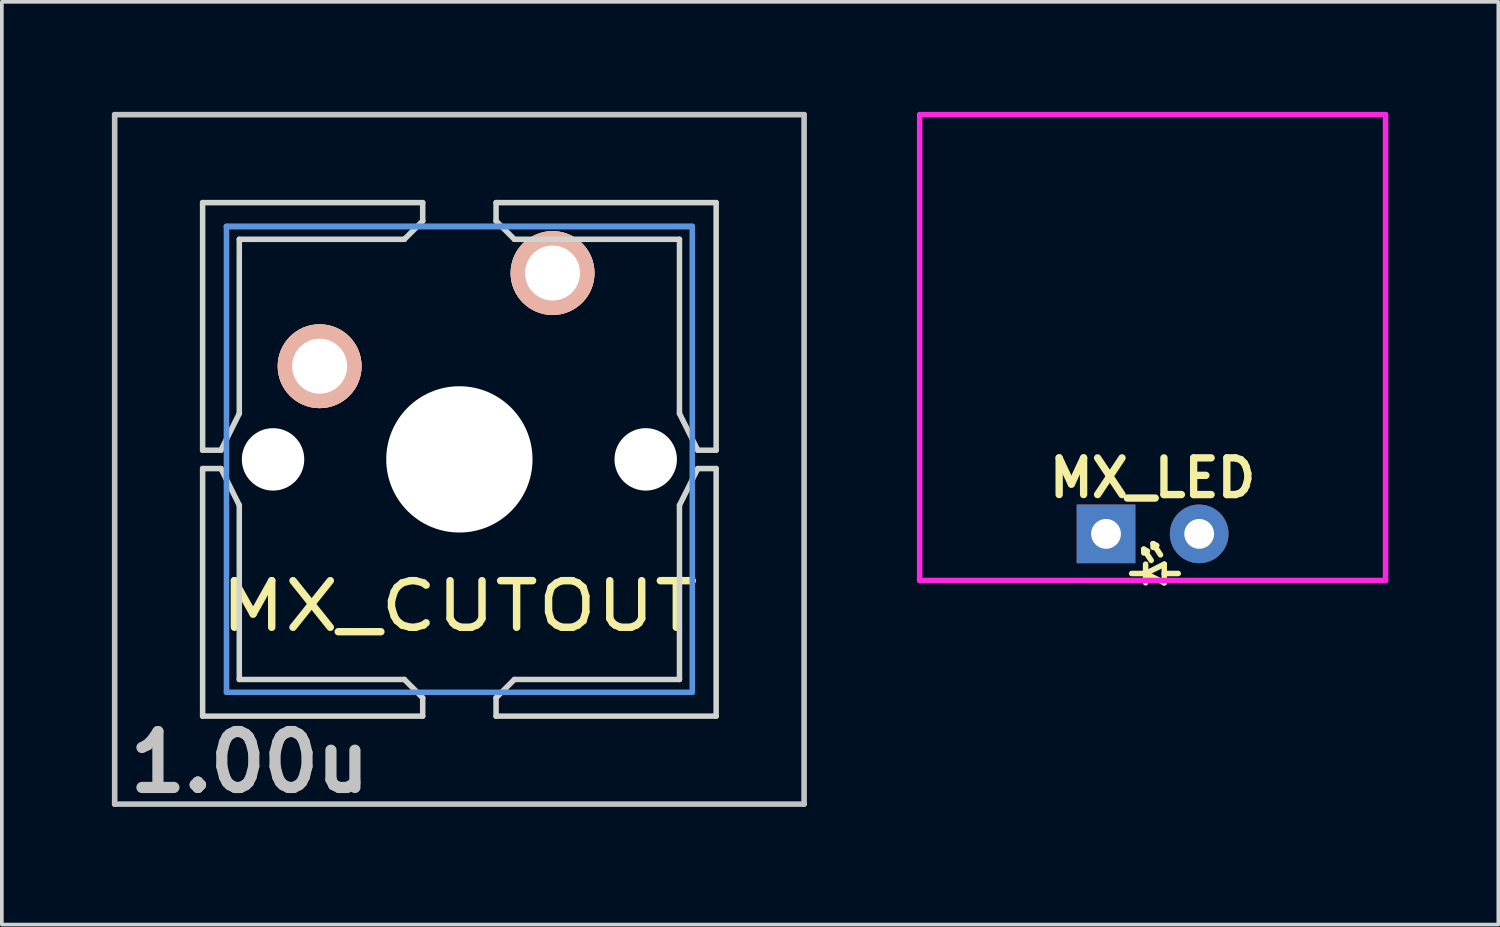
<source format=kicad_pcb>
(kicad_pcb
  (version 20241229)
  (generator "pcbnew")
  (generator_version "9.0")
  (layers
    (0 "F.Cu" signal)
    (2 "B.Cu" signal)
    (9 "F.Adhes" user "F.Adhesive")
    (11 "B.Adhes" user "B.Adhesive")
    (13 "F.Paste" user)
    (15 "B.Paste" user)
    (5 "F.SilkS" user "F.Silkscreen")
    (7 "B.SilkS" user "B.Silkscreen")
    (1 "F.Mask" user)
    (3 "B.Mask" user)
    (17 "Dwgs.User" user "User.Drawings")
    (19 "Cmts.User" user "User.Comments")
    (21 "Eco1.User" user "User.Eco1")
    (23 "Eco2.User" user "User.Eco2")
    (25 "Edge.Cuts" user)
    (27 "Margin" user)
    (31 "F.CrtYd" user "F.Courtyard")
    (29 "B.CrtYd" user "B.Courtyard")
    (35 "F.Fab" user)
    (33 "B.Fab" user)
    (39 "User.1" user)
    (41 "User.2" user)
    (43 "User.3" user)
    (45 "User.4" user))
  (footprint "MX_CUTOUT"
    (layer "F.Cu")
    (at 9.474 9.474)
    (property "Reference" "MX_CUTOUT" (at 0 4 0) (layer "F.SilkS") (effects (font (size 1.27 1.524) (thickness 0.203))))
    (attr through_hole)
    (fp_line (start -9.398 -9.398) (end 9.398 -9.398) (stroke (width 0.152) (type solid)) (layer "Dwgs.User"))
    (fp_line (start -9.398 9.398) (end -9.398 -9.398) (stroke (width 0.152) (type solid)) (layer "Dwgs.User"))
    (fp_line (start 9.398 -9.398) (end 9.398 9.398) (stroke (width 0.152) (type solid)) (layer "Dwgs.User"))
    (fp_line (start 9.398 9.398) (end -9.398 9.398) (stroke (width 0.152) (type solid)) (layer "Dwgs.User"))
    (fp_line (start -6.35 -6.35) (end 6.35 -6.35) (stroke (width 0.152) (type solid)) (layer "Cmts.User"))
    (fp_line (start -6.35 -6.35) (end 6.35 -6.35) (stroke (width 0.152) (type solid)) (layer "Cmts.User"))
    (fp_line (start -6.35 6.35) (end -6.35 -6.35) (stroke (width 0.152) (type solid)) (layer "Cmts.User"))
    (fp_line (start 6.35 -6.35) (end 6.35 6.35) (stroke (width 0.152) (type solid)) (layer "Cmts.User"))
    (fp_line (start 6.35 6.35) (end -6.35 6.35) (stroke (width 0.152) (type solid)) (layer "Cmts.User"))
    (fp_line (start -6.985 -6.985) (end 6.985 -6.985) (stroke (width 0.152) (type solid)) (layer "Eco2.User"))
    (fp_line (start -6.985 -6.985) (end 6.985 -6.985) (stroke (width 0.152) (type solid)) (layer "Eco2.User"))
    (fp_line (start -6.985 6.985) (end -6.985 -6.985) (stroke (width 0.152) (type solid)) (layer "Eco2.User"))
    (fp_line (start 6.985 -6.985) (end 6.985 6.985) (stroke (width 0.152) (type solid)) (layer "Eco2.User"))
    (fp_line (start 6.985 6.985) (end -6.985 6.985) (stroke (width 0.152) (type solid)) (layer "Eco2.User"))
    (fp_line (start -7 -7) (end -1 -7) (stroke (width 0.15) (type solid)) (layer "Edge.Cuts"))
    (fp_line (start -7 -0.25) (end -7 -7) (stroke (width 0.15) (type solid)) (layer "Edge.Cuts"))
    (fp_line (start -7 -0.25) (end -6.5 -0.25) (stroke (width 0.15) (type solid)) (layer "Edge.Cuts"))
    (fp_line (start -7 0.25) (end -7 7) (stroke (width 0.15) (type solid)) (layer "Edge.Cuts"))
    (fp_line (start -7 0.25) (end -6.5 0.25) (stroke (width 0.15) (type solid)) (layer "Edge.Cuts"))
    (fp_line (start -7 7) (end -1 7) (stroke (width 0.15) (type solid)) (layer "Edge.Cuts"))
    (fp_line (start -6.5 -0.25) (end -6 -1.25) (stroke (width 0.15) (type solid)) (layer "Edge.Cuts"))
    (fp_line (start -6.5 0.25) (end -6 1.25) (stroke (width 0.15) (type solid)) (layer "Edge.Cuts"))
    (fp_line (start -6 -1.25) (end -6 -6) (stroke (width 0.15) (type solid)) (layer "Edge.Cuts"))
    (fp_line (start -6 1.25) (end -6 6) (stroke (width 0.15) (type solid)) (layer "Edge.Cuts"))
    (fp_line (start -1.5 -6) (end -6 -6) (stroke (width 0.15) (type solid)) (layer "Edge.Cuts"))
    (fp_line (start -1.5 6) (end -6 6) (stroke (width 0.15) (type solid)) (layer "Edge.Cuts"))
    (fp_line (start -1 -7) (end -1 -6.5) (stroke (width 0.15) (type solid)) (layer "Edge.Cuts"))
    (fp_line (start -1 -6.5) (end -1.5 -6) (stroke (width 0.15) (type solid)) (layer "Edge.Cuts"))
    (fp_line (start -1 6.5) (end -1.5 6) (stroke (width 0.15) (type solid)) (layer "Edge.Cuts"))
    (fp_line (start -1 7) (end -1 6.5) (stroke (width 0.15) (type solid)) (layer "Edge.Cuts"))
    (fp_line (start 1 -7) (end 1 -6.5) (stroke (width 0.15) (type solid)) (layer "Edge.Cuts"))
    (fp_line (start 1 -6.5) (end 1.5 -6) (stroke (width 0.15) (type solid)) (layer "Edge.Cuts"))
    (fp_line (start 1 6.5) (end 1.5 6) (stroke (width 0.15) (type solid)) (layer "Edge.Cuts"))
    (fp_line (start 1 7) (end 1 6.5) (stroke (width 0.15) (type solid)) (layer "Edge.Cuts"))
    (fp_line (start 1.5 -6) (end 6 -6) (stroke (width 0.15) (type solid)) (layer "Edge.Cuts"))
    (fp_line (start 1.5 6) (end 6 6) (stroke (width 0.15) (type solid)) (layer "Edge.Cuts"))
    (fp_line (start 6 -1.25) (end 6 -6) (stroke (width 0.15) (type solid)) (layer "Edge.Cuts"))
    (fp_line (start 6 1.25) (end 6 6) (stroke (width 0.15) (type solid)) (layer "Edge.Cuts"))
    (fp_line (start 6.5 -0.25) (end 6 -1.25) (stroke (width 0.15) (type solid)) (layer "Edge.Cuts"))
    (fp_line (start 6.5 0.25) (end 6 1.25) (stroke (width 0.15) (type solid)) (layer "Edge.Cuts"))
    (fp_line (start 7 -7) (end 1 -7) (stroke (width 0.15) (type solid)) (layer "Edge.Cuts"))
    (fp_line (start 7 -0.25) (end 6.5 -0.25) (stroke (width 0.15) (type solid)) (layer "Edge.Cuts"))
    (fp_line (start 7 -0.25) (end 7 -7) (stroke (width 0.15) (type solid)) (layer "Edge.Cuts"))
    (fp_line (start 7 0.25) (end 6.5 0.25) (stroke (width 0.15) (type solid)) (layer "Edge.Cuts"))
    (fp_line (start 7 0.25) (end 7 7) (stroke (width 0.15) (type solid)) (layer "Edge.Cuts"))
    (fp_line (start 7 7) (end 1 7) (stroke (width 0.15) (type solid)) (layer "Edge.Cuts"))
    (fp_text user "1.00u" (at -5.715 8.255 0) (layer "Dwgs.User") (effects (font (size 1.524 1.524) (thickness 0.305))))
    (pad "" np_thru_hole circle (at -5.08 0) (size 1.702 1.702) (drill 1.702) (layers "*.Cu" "*.Mask"))
    (pad "" np_thru_hole circle (at 0 0) (size 3.988 3.988) (drill 3.988) (layers "*.Cu"))
    (pad "" np_thru_hole circle (at 5.08 0) (size 1.702 1.702) (drill 1.702) (layers "*.Cu" "*.Mask"))
    (pad "1" thru_hole circle (at 2.54 -5.08) (size 2.286 2.286) (drill 1.499) (layers "*.Cu" "*.SilkS" "*.Mask"))
    (pad "2" thru_hole circle (at -3.81 -2.54) (size 2.286 2.286) (drill 1.499) (layers "*.Cu" "*.SilkS" "*.Mask")))
  (footprint "MX_LED"
    (layer "F.Cu")
    (at 28.373 6.425)
    (property "Reference" "MX_LED" (at 0 3.556 0) (layer "F.SilkS") (effects (font (size 1 1) (thickness 0.2))))
    (attr through_hole)
    (fp_line (start -0.241 5.499) (end -0.241 5.601) (stroke (width 0.15) (type solid)) (layer "F.SilkS"))
    (fp_line (start -0.241 5.499) (end -0.14 5.55) (stroke (width 0.15) (type solid)) (layer "F.SilkS"))
    (fp_line (start -0.191 5.905) (end -0.191 6.413) (stroke (width 0.15) (type solid)) (layer "F.SilkS"))
    (fp_line (start -0.191 6.16) (end -0.572 6.16) (stroke (width 0.15) (type solid)) (layer "F.SilkS"))
    (fp_line (start -0.191 6.16) (end 0.318 5.905) (stroke (width 0.15) (type solid)) (layer "F.SilkS"))
    (fp_line (start -0.038 5.804) (end -0.241 5.499) (stroke (width 0.15) (type solid)) (layer "F.SilkS"))
    (fp_line (start 0.013 5.347) (end 0.013 5.448) (stroke (width 0.15) (type solid)) (layer "F.SilkS"))
    (fp_line (start 0.013 5.347) (end 0.114 5.397) (stroke (width 0.15) (type solid)) (layer "F.SilkS"))
    (fp_line (start 0.216 5.652) (end 0.013 5.347) (stroke (width 0.15) (type solid)) (layer "F.SilkS"))
    (fp_line (start 0.318 5.905) (end 0.318 6.413) (stroke (width 0.15) (type solid)) (layer "F.SilkS"))
    (fp_line (start 0.318 6.16) (end 0.699 6.16) (stroke (width 0.15) (type solid)) (layer "F.SilkS"))
    (fp_line (start 0.318 6.413) (end -0.191 6.16) (stroke (width 0.15) (type solid)) (layer "F.SilkS"))
    (fp_line (start -6.35 -6.35) (end 6.35 -6.35) (stroke (width 0.15) (type solid)) (layer "F.CrtYd"))
    (fp_line (start -6.35 6.35) (end -6.35 -6.35) (stroke (width 0.15) (type solid)) (layer "F.CrtYd"))
    (fp_line (start 6.35 -6.35) (end 6.35 6.35) (stroke (width 0.15) (type solid)) (layer "F.CrtYd"))
    (fp_line (start 6.35 6.35) (end -6.35 6.35) (stroke (width 0.15) (type solid)) (layer "F.CrtYd"))
    (pad "1" thru_hole rect (at -1.27 5.08) (size 1.6 1.6) (drill 0.813) (layers "*.Cu" "*.Mask"))
    (pad "2" thru_hole circle (at 1.27 5.08) (size 1.6 1.6) (drill 0.813) (layers "*.Cu" "*.Mask")))
  (gr_rect
    (start -3 -3)
    (end 37.798 22.156)
    (stroke (width 0.1) (type default))
    (fill no)
    (layer "Edge.Cuts")))
</source>
